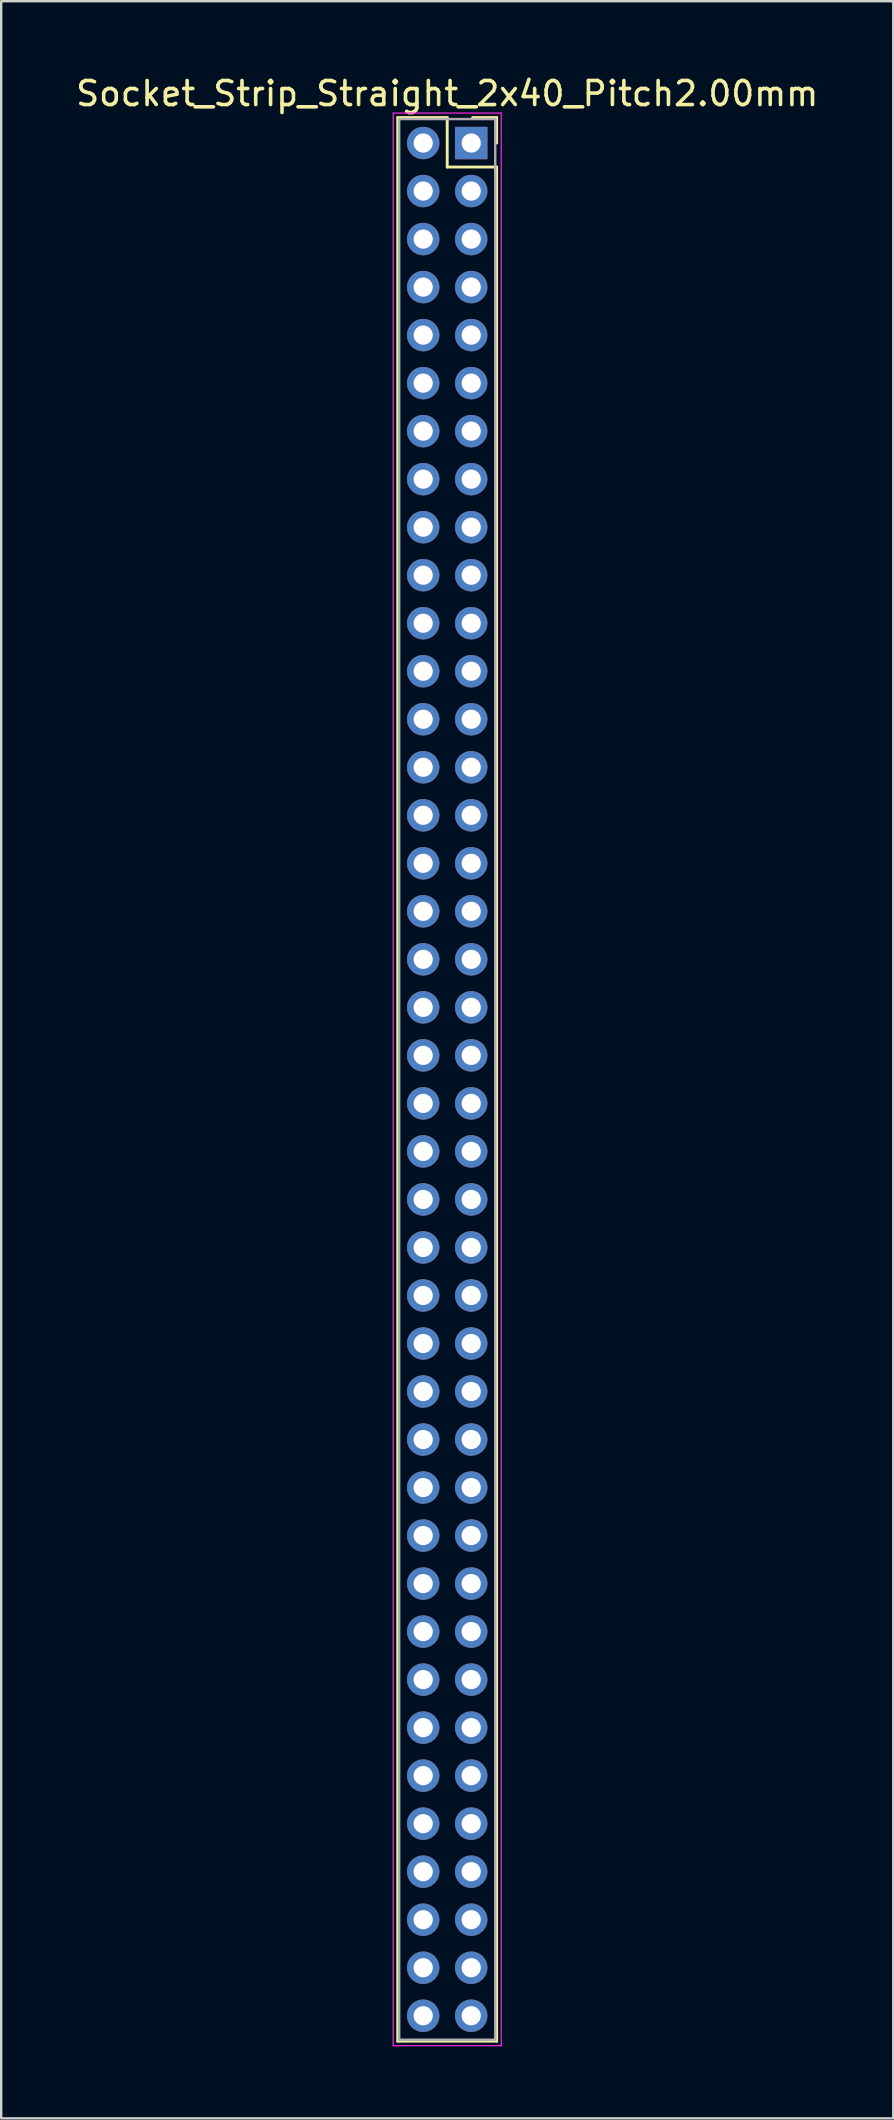
<source format=kicad_pcb>
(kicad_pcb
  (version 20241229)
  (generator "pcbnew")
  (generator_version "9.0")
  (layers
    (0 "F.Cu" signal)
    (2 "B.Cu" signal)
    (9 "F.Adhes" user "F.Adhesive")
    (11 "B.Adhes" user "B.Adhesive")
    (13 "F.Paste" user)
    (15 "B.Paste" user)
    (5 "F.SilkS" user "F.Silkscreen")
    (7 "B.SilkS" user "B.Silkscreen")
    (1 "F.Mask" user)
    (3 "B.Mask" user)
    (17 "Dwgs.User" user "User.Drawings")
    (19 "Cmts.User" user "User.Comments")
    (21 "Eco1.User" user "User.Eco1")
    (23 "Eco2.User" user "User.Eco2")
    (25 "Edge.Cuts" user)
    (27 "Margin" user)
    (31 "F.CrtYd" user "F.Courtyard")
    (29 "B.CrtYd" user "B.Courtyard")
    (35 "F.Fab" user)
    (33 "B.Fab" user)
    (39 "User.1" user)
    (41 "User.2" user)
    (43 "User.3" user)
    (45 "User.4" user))
  (footprint "Socket_Strip_Straight_2x40_Pitch2.00mm"
    (layer "F.Cu")
    (at 16.577 2.908)
    (property "Reference" "Socket_Strip_Straight_2x40_Pitch2.00mm" (at -1 -2.06 0) (layer "F.SilkS") (effects (font (size 1 1) (thickness 0.15))))
    (attr through_hole)
    (fp_line (start -3.06 -1.06) (end -1 -1.06) (stroke (width 0.12) (type solid)) (layer "F.SilkS"))
    (fp_line (start -3.06 79.06) (end -3.06 -1.06) (stroke (width 0.12) (type solid)) (layer "F.SilkS"))
    (fp_line (start -1 -1.06) (end -1 1) (stroke (width 0.12) (type solid)) (layer "F.SilkS"))
    (fp_line (start -1 1) (end 1.06 1) (stroke (width 0.12) (type solid)) (layer "F.SilkS"))
    (fp_line (start 1.06 -1.06) (end 0.06 -1.06) (stroke (width 0.12) (type solid)) (layer "F.SilkS"))
    (fp_line (start 1.06 0) (end 1.06 -1.06) (stroke (width 0.12) (type solid)) (layer "F.SilkS"))
    (fp_line (start 1.06 1) (end 1.06 79.06) (stroke (width 0.12) (type solid)) (layer "F.SilkS"))
    (fp_line (start 1.06 79.06) (end -3.06 79.06) (stroke (width 0.12) (type solid)) (layer "F.SilkS"))
    (fp_line (start -3.25 -1.25) (end -3.25 79.25) (stroke (width 0.05) (type solid)) (layer "F.CrtYd"))
    (fp_line (start -3.25 79.25) (end 1.25 79.25) (stroke (width 0.05) (type solid)) (layer "F.CrtYd"))
    (fp_line (start 1.25 -1.25) (end -3.25 -1.25) (stroke (width 0.05) (type solid)) (layer "F.CrtYd"))
    (fp_line (start 1.25 79.25) (end 1.25 -1.25) (stroke (width 0.05) (type solid)) (layer "F.CrtYd"))
    (fp_line (start -3 -1) (end -3 79) (stroke (width 0.1) (type solid)) (layer "F.Fab"))
    (fp_line (start -3 79) (end 1 79) (stroke (width 0.1) (type solid)) (layer "F.Fab"))
    (fp_line (start 1 -1) (end -3 -1) (stroke (width 0.1) (type solid)) (layer "F.Fab"))
    (fp_line (start 1 79) (end 1 -1) (stroke (width 0.1) (type solid)) (layer "F.Fab"))
    (pad "1" thru_hole rect (at 0 0) (size 1.35 1.35) (drill 0.8) (layers "*.Cu" "*.Mask"))
    (pad "2" thru_hole oval (at -2 0) (size 1.35 1.35) (drill 0.8) (layers "*.Cu" "*.Mask"))
    (pad "3" thru_hole oval (at 0 2) (size 1.35 1.35) (drill 0.8) (layers "*.Cu" "*.Mask"))
    (pad "4" thru_hole oval (at -2 2) (size 1.35 1.35) (drill 0.8) (layers "*.Cu" "*.Mask"))
    (pad "5" thru_hole oval (at 0 4) (size 1.35 1.35) (drill 0.8) (layers "*.Cu" "*.Mask"))
    (pad "6" thru_hole oval (at -2 4) (size 1.35 1.35) (drill 0.8) (layers "*.Cu" "*.Mask"))
    (pad "7" thru_hole oval (at 0 6) (size 1.35 1.35) (drill 0.8) (layers "*.Cu" "*.Mask"))
    (pad "8" thru_hole oval (at -2 6) (size 1.35 1.35) (drill 0.8) (layers "*.Cu" "*.Mask"))
    (pad "9" thru_hole oval (at 0 8) (size 1.35 1.35) (drill 0.8) (layers "*.Cu" "*.Mask"))
    (pad "10" thru_hole oval (at -2 8) (size 1.35 1.35) (drill 0.8) (layers "*.Cu" "*.Mask"))
    (pad "11" thru_hole oval (at 0 10) (size 1.35 1.35) (drill 0.8) (layers "*.Cu" "*.Mask"))
    (pad "12" thru_hole oval (at -2 10) (size 1.35 1.35) (drill 0.8) (layers "*.Cu" "*.Mask"))
    (pad "13" thru_hole oval (at 0 12) (size 1.35 1.35) (drill 0.8) (layers "*.Cu" "*.Mask"))
    (pad "14" thru_hole oval (at -2 12) (size 1.35 1.35) (drill 0.8) (layers "*.Cu" "*.Mask"))
    (pad "15" thru_hole oval (at 0 14) (size 1.35 1.35) (drill 0.8) (layers "*.Cu" "*.Mask"))
    (pad "16" thru_hole oval (at -2 14) (size 1.35 1.35) (drill 0.8) (layers "*.Cu" "*.Mask"))
    (pad "17" thru_hole oval (at 0 16) (size 1.35 1.35) (drill 0.8) (layers "*.Cu" "*.Mask"))
    (pad "18" thru_hole oval (at -2 16) (size 1.35 1.35) (drill 0.8) (layers "*.Cu" "*.Mask"))
    (pad "19" thru_hole oval (at 0 18) (size 1.35 1.35) (drill 0.8) (layers "*.Cu" "*.Mask"))
    (pad "20" thru_hole oval (at -2 18) (size 1.35 1.35) (drill 0.8) (layers "*.Cu" "*.Mask"))
    (pad "21" thru_hole oval (at 0 20) (size 1.35 1.35) (drill 0.8) (layers "*.Cu" "*.Mask"))
    (pad "22" thru_hole oval (at -2 20) (size 1.35 1.35) (drill 0.8) (layers "*.Cu" "*.Mask"))
    (pad "23" thru_hole oval (at 0 22) (size 1.35 1.35) (drill 0.8) (layers "*.Cu" "*.Mask"))
    (pad "24" thru_hole oval (at -2 22) (size 1.35 1.35) (drill 0.8) (layers "*.Cu" "*.Mask"))
    (pad "25" thru_hole oval (at 0 24) (size 1.35 1.35) (drill 0.8) (layers "*.Cu" "*.Mask"))
    (pad "26" thru_hole oval (at -2 24) (size 1.35 1.35) (drill 0.8) (layers "*.Cu" "*.Mask"))
    (pad "27" thru_hole oval (at 0 26) (size 1.35 1.35) (drill 0.8) (layers "*.Cu" "*.Mask"))
    (pad "28" thru_hole oval (at -2 26) (size 1.35 1.35) (drill 0.8) (layers "*.Cu" "*.Mask"))
    (pad "29" thru_hole oval (at 0 28) (size 1.35 1.35) (drill 0.8) (layers "*.Cu" "*.Mask"))
    (pad "30" thru_hole oval (at -2 28) (size 1.35 1.35) (drill 0.8) (layers "*.Cu" "*.Mask"))
    (pad "31" thru_hole oval (at 0 30) (size 1.35 1.35) (drill 0.8) (layers "*.Cu" "*.Mask"))
    (pad "32" thru_hole oval (at -2 30) (size 1.35 1.35) (drill 0.8) (layers "*.Cu" "*.Mask"))
    (pad "33" thru_hole oval (at 0 32) (size 1.35 1.35) (drill 0.8) (layers "*.Cu" "*.Mask"))
    (pad "34" thru_hole oval (at -2 32) (size 1.35 1.35) (drill 0.8) (layers "*.Cu" "*.Mask"))
    (pad "35" thru_hole oval (at 0 34) (size 1.35 1.35) (drill 0.8) (layers "*.Cu" "*.Mask"))
    (pad "36" thru_hole oval (at -2 34) (size 1.35 1.35) (drill 0.8) (layers "*.Cu" "*.Mask"))
    (pad "37" thru_hole oval (at 0 36) (size 1.35 1.35) (drill 0.8) (layers "*.Cu" "*.Mask"))
    (pad "38" thru_hole oval (at -2 36) (size 1.35 1.35) (drill 0.8) (layers "*.Cu" "*.Mask"))
    (pad "39" thru_hole oval (at 0 38) (size 1.35 1.35) (drill 0.8) (layers "*.Cu" "*.Mask"))
    (pad "40" thru_hole oval (at -2 38) (size 1.35 1.35) (drill 0.8) (layers "*.Cu" "*.Mask"))
    (pad "41" thru_hole oval (at 0 40) (size 1.35 1.35) (drill 0.8) (layers "*.Cu" "*.Mask"))
    (pad "42" thru_hole oval (at -2 40) (size 1.35 1.35) (drill 0.8) (layers "*.Cu" "*.Mask"))
    (pad "43" thru_hole oval (at 0 42) (size 1.35 1.35) (drill 0.8) (layers "*.Cu" "*.Mask"))
    (pad "44" thru_hole oval (at -2 42) (size 1.35 1.35) (drill 0.8) (layers "*.Cu" "*.Mask"))
    (pad "45" thru_hole oval (at 0 44) (size 1.35 1.35) (drill 0.8) (layers "*.Cu" "*.Mask"))
    (pad "46" thru_hole oval (at -2 44) (size 1.35 1.35) (drill 0.8) (layers "*.Cu" "*.Mask"))
    (pad "47" thru_hole oval (at 0 46) (size 1.35 1.35) (drill 0.8) (layers "*.Cu" "*.Mask"))
    (pad "48" thru_hole oval (at -2 46) (size 1.35 1.35) (drill 0.8) (layers "*.Cu" "*.Mask"))
    (pad "49" thru_hole oval (at 0 48) (size 1.35 1.35) (drill 0.8) (layers "*.Cu" "*.Mask"))
    (pad "50" thru_hole oval (at -2 48) (size 1.35 1.35) (drill 0.8) (layers "*.Cu" "*.Mask"))
    (pad "51" thru_hole oval (at 0 50) (size 1.35 1.35) (drill 0.8) (layers "*.Cu" "*.Mask"))
    (pad "52" thru_hole oval (at -2 50) (size 1.35 1.35) (drill 0.8) (layers "*.Cu" "*.Mask"))
    (pad "53" thru_hole oval (at 0 52) (size 1.35 1.35) (drill 0.8) (layers "*.Cu" "*.Mask"))
    (pad "54" thru_hole oval (at -2 52) (size 1.35 1.35) (drill 0.8) (layers "*.Cu" "*.Mask"))
    (pad "55" thru_hole oval (at 0 54) (size 1.35 1.35) (drill 0.8) (layers "*.Cu" "*.Mask"))
    (pad "56" thru_hole oval (at -2 54) (size 1.35 1.35) (drill 0.8) (layers "*.Cu" "*.Mask"))
    (pad "57" thru_hole oval (at 0 56) (size 1.35 1.35) (drill 0.8) (layers "*.Cu" "*.Mask"))
    (pad "58" thru_hole oval (at -2 56) (size 1.35 1.35) (drill 0.8) (layers "*.Cu" "*.Mask"))
    (pad "59" thru_hole oval (at 0 58) (size 1.35 1.35) (drill 0.8) (layers "*.Cu" "*.Mask"))
    (pad "60" thru_hole oval (at -2 58) (size 1.35 1.35) (drill 0.8) (layers "*.Cu" "*.Mask"))
    (pad "61" thru_hole oval (at 0 60) (size 1.35 1.35) (drill 0.8) (layers "*.Cu" "*.Mask"))
    (pad "62" thru_hole oval (at -2 60) (size 1.35 1.35) (drill 0.8) (layers "*.Cu" "*.Mask"))
    (pad "63" thru_hole oval (at 0 62) (size 1.35 1.35) (drill 0.8) (layers "*.Cu" "*.Mask"))
    (pad "64" thru_hole oval (at -2 62) (size 1.35 1.35) (drill 0.8) (layers "*.Cu" "*.Mask"))
    (pad "65" thru_hole oval (at 0 64) (size 1.35 1.35) (drill 0.8) (layers "*.Cu" "*.Mask"))
    (pad "66" thru_hole oval (at -2 64) (size 1.35 1.35) (drill 0.8) (layers "*.Cu" "*.Mask"))
    (pad "67" thru_hole oval (at 0 66) (size 1.35 1.35) (drill 0.8) (layers "*.Cu" "*.Mask"))
    (pad "68" thru_hole oval (at -2 66) (size 1.35 1.35) (drill 0.8) (layers "*.Cu" "*.Mask"))
    (pad "69" thru_hole oval (at 0 68) (size 1.35 1.35) (drill 0.8) (layers "*.Cu" "*.Mask"))
    (pad "70" thru_hole oval (at -2 68) (size 1.35 1.35) (drill 0.8) (layers "*.Cu" "*.Mask"))
    (pad "71" thru_hole oval (at 0 70) (size 1.35 1.35) (drill 0.8) (layers "*.Cu" "*.Mask"))
    (pad "72" thru_hole oval (at -2 70) (size 1.35 1.35) (drill 0.8) (layers "*.Cu" "*.Mask"))
    (pad "73" thru_hole oval (at 0 72) (size 1.35 1.35) (drill 0.8) (layers "*.Cu" "*.Mask"))
    (pad "74" thru_hole oval (at -2 72) (size 1.35 1.35) (drill 0.8) (layers "*.Cu" "*.Mask"))
    (pad "75" thru_hole oval (at 0 74) (size 1.35 1.35) (drill 0.8) (layers "*.Cu" "*.Mask"))
    (pad "76" thru_hole oval (at -2 74) (size 1.35 1.35) (drill 0.8) (layers "*.Cu" "*.Mask"))
    (pad "77" thru_hole oval (at 0 76) (size 1.35 1.35) (drill 0.8) (layers "*.Cu" "*.Mask"))
    (pad "78" thru_hole oval (at -2 76) (size 1.35 1.35) (drill 0.8) (layers "*.Cu" "*.Mask"))
    (pad "79" thru_hole oval (at 0 78) (size 1.35 1.35) (drill 0.8) (layers "*.Cu" "*.Mask"))
    (pad "80" thru_hole oval (at -2 78) (size 1.35 1.35) (drill 0.8) (layers "*.Cu" "*.Mask")))
  (gr_rect
    (start -3 -3)
    (end 34.155 85.183)
    (stroke (width 0.1) (type default))
    (fill no)
    (layer "Edge.Cuts")))
</source>
